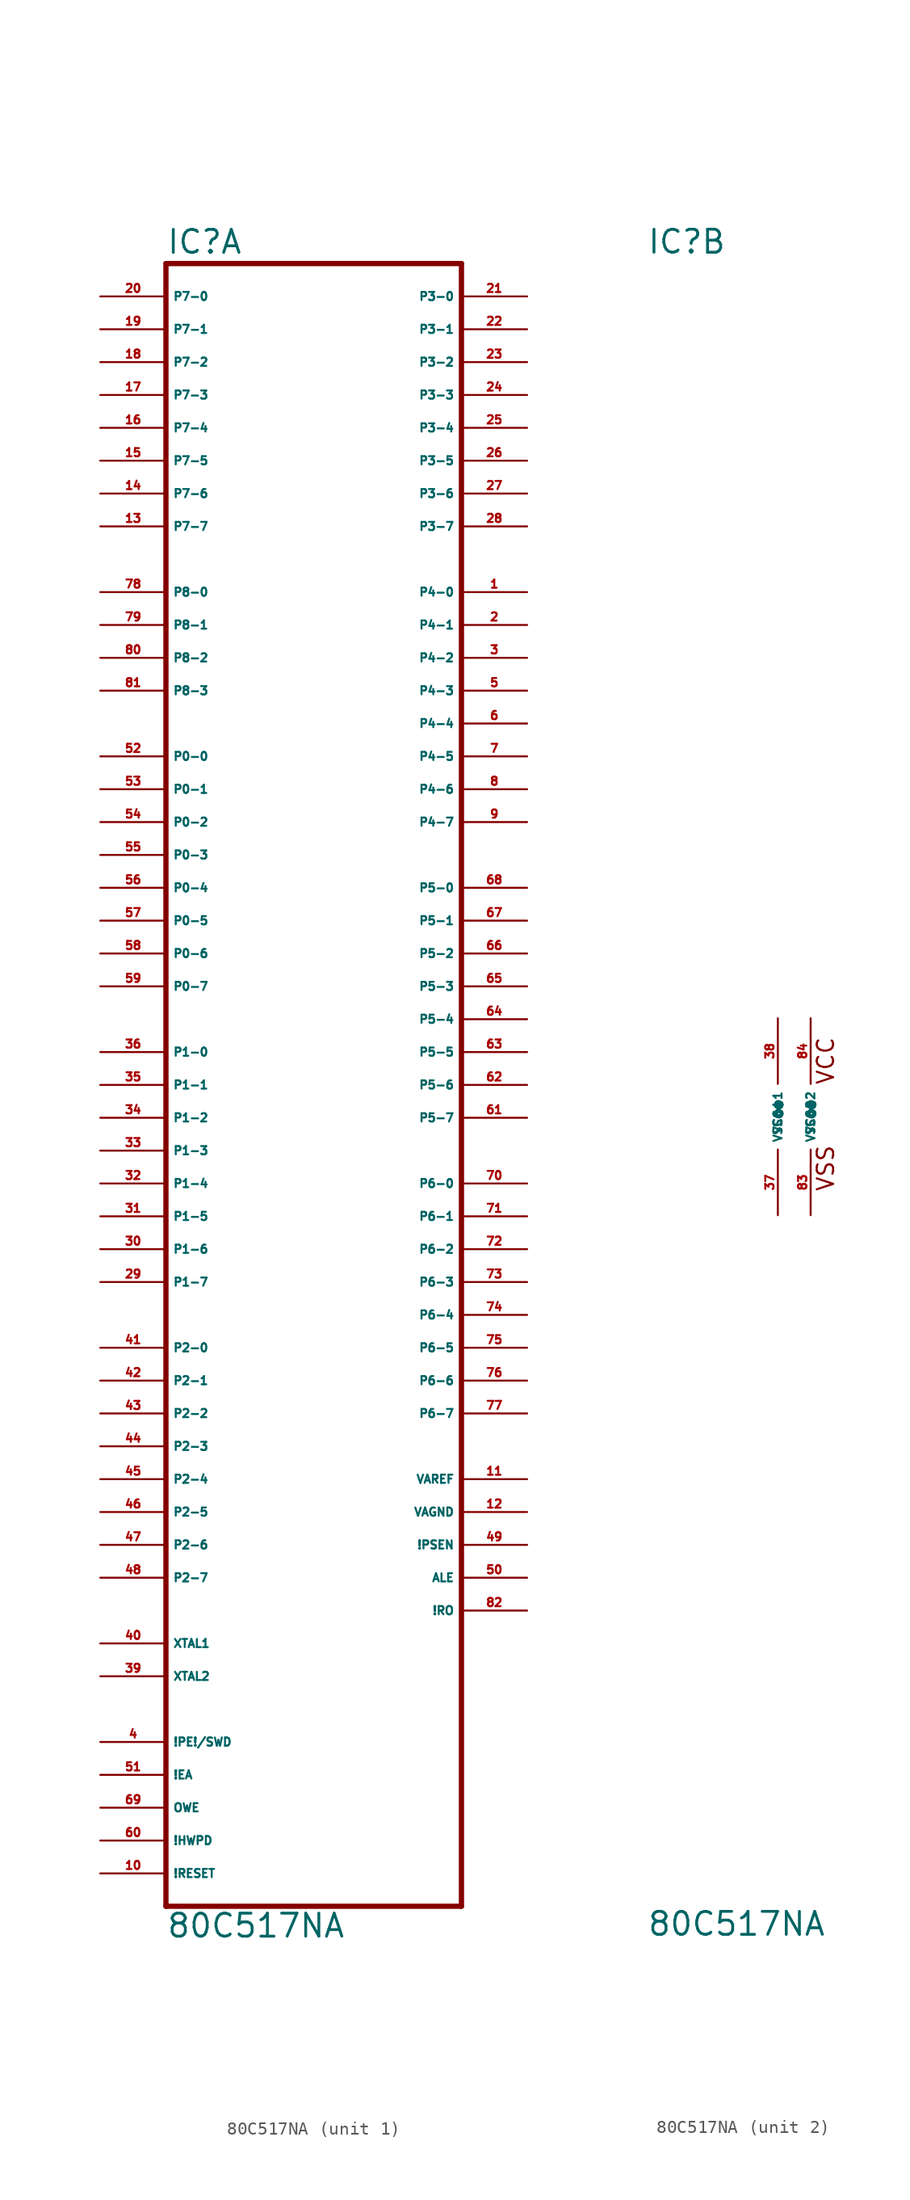
<source format=kicad_sym>
(kicad_symbol_lib
  (version 20220914)
  (generator Eagle2Kicad)
  (symbol "80C517NA"
    (property "Reference" "IC"
      (at -12.7 66.675 0)
      (effects (font (size 1.778 1.778) (thickness 0.22)) (justify left bottom)))
    (property "Value" "80C517NA"
      (at -12.7 -63.5 0)
      (effects (font (size 1.778 1.778) (thickness 0.22)) (justify left bottom)))
    (symbol "80C517NA_1_0"
      (polyline (pts (xy -12.7 -60.96) (xy 10.16 -60.96)) (stroke (width 0.406) (type default)) (fill (type none)))
      (polyline (pts (xy 10.16 -60.96) (xy 10.16 66.04)) (stroke (width 0.406) (type default)) (fill (type none)))
      (polyline (pts (xy 10.16 66.04) (xy -12.7 66.04)) (stroke (width 0.406) (type default)) (fill (type none)))
      (polyline (pts (xy -12.7 66.04) (xy -12.7 -60.96)) (stroke (width 0.406) (type default)) (fill (type none)))
      (pin input line (at -17.78 63.5 0) (length 5.08) (name "P7-0" (effects (font (size 0.635 0.635) (thickness 0.08)) (justify left bottom))) (number "20" (effects (font (size 0.635 0.635) (thickness 0.08)) (justify left bottom))))
      (pin input line (at -17.78 60.96 0) (length 5.08) (name "P7-1" (effects (font (size 0.635 0.635) (thickness 0.08)) (justify left bottom))) (number "19" (effects (font (size 0.635 0.635) (thickness 0.08)) (justify left bottom))))
      (pin input line (at -17.78 58.42 0) (length 5.08) (name "P7-2" (effects (font (size 0.635 0.635) (thickness 0.08)) (justify left bottom))) (number "18" (effects (font (size 0.635 0.635) (thickness 0.08)) (justify left bottom))))
      (pin input line (at -17.78 55.88 0) (length 5.08) (name "P7-3" (effects (font (size 0.635 0.635) (thickness 0.08)) (justify left bottom))) (number "17" (effects (font (size 0.635 0.635) (thickness 0.08)) (justify left bottom))))
      (pin input line (at -17.78 53.34 0) (length 5.08) (name "P7-4" (effects (font (size 0.635 0.635) (thickness 0.08)) (justify left bottom))) (number "16" (effects (font (size 0.635 0.635) (thickness 0.08)) (justify left bottom))))
      (pin input line (at -17.78 50.8 0) (length 5.08) (name "P7-5" (effects (font (size 0.635 0.635) (thickness 0.08)) (justify left bottom))) (number "15" (effects (font (size 0.635 0.635) (thickness 0.08)) (justify left bottom))))
      (pin input line (at -17.78 48.26 0) (length 5.08) (name "P7-6" (effects (font (size 0.635 0.635) (thickness 0.08)) (justify left bottom))) (number "14" (effects (font (size 0.635 0.635) (thickness 0.08)) (justify left bottom))))
      (pin input line (at -17.78 45.72 0) (length 5.08) (name "P7-7" (effects (font (size 0.635 0.635) (thickness 0.08)) (justify left bottom))) (number "13" (effects (font (size 0.635 0.635) (thickness 0.08)) (justify left bottom))))
      (pin bidirectional line (at -17.78 5.08 0) (length 5.08) (name "P1-0" (effects (font (size 0.635 0.635) (thickness 0.08)) (justify left bottom))) (number "36" (effects (font (size 0.635 0.635) (thickness 0.08)) (justify left bottom))))
      (pin bidirectional line (at -17.78 0 0) (length 5.08) (name "P1-2" (effects (font (size 0.635 0.635) (thickness 0.08)) (justify left bottom))) (number "34" (effects (font (size 0.635 0.635) (thickness 0.08)) (justify left bottom))))
      (pin bidirectional line (at -17.78 -2.54 0) (length 5.08) (name "P1-3" (effects (font (size 0.635 0.635) (thickness 0.08)) (justify left bottom))) (number "33" (effects (font (size 0.635 0.635) (thickness 0.08)) (justify left bottom))))
      (pin bidirectional line (at -17.78 -5.08 0) (length 5.08) (name "P1-4" (effects (font (size 0.635 0.635) (thickness 0.08)) (justify left bottom))) (number "32" (effects (font (size 0.635 0.635) (thickness 0.08)) (justify left bottom))))
      (pin bidirectional line (at -17.78 -7.62 0) (length 5.08) (name "P1-5" (effects (font (size 0.635 0.635) (thickness 0.08)) (justify left bottom))) (number "31" (effects (font (size 0.635 0.635) (thickness 0.08)) (justify left bottom))))
      (pin bidirectional line (at -17.78 -10.16 0) (length 5.08) (name "P1-6" (effects (font (size 0.635 0.635) (thickness 0.08)) (justify left bottom))) (number "30" (effects (font (size 0.635 0.635) (thickness 0.08)) (justify left bottom))))
      (pin bidirectional line (at -17.78 -12.7 0) (length 5.08) (name "P1-7" (effects (font (size 0.635 0.635) (thickness 0.08)) (justify left bottom))) (number "29" (effects (font (size 0.635 0.635) (thickness 0.08)) (justify left bottom))))
      (pin bidirectional line (at -17.78 -17.78 0) (length 5.08) (name "P2-0" (effects (font (size 0.635 0.635) (thickness 0.08)) (justify left bottom))) (number "41" (effects (font (size 0.635 0.635) (thickness 0.08)) (justify left bottom))))
      (pin bidirectional line (at -17.78 -20.32 0) (length 5.08) (name "P2-1" (effects (font (size 0.635 0.635) (thickness 0.08)) (justify left bottom))) (number "42" (effects (font (size 0.635 0.635) (thickness 0.08)) (justify left bottom))))
      (pin bidirectional line (at -17.78 -22.86 0) (length 5.08) (name "P2-2" (effects (font (size 0.635 0.635) (thickness 0.08)) (justify left bottom))) (number "43" (effects (font (size 0.635 0.635) (thickness 0.08)) (justify left bottom))))
      (pin bidirectional line (at -17.78 -25.4 0) (length 5.08) (name "P2-3" (effects (font (size 0.635 0.635) (thickness 0.08)) (justify left bottom))) (number "44" (effects (font (size 0.635 0.635) (thickness 0.08)) (justify left bottom))))
      (pin bidirectional line (at -17.78 -27.94 0) (length 5.08) (name "P2-4" (effects (font (size 0.635 0.635) (thickness 0.08)) (justify left bottom))) (number "45" (effects (font (size 0.635 0.635) (thickness 0.08)) (justify left bottom))))
      (pin bidirectional line (at -17.78 -30.48 0) (length 5.08) (name "P2-5" (effects (font (size 0.635 0.635) (thickness 0.08)) (justify left bottom))) (number "46" (effects (font (size 0.635 0.635) (thickness 0.08)) (justify left bottom))))
      (pin bidirectional line (at -17.78 -33.02 0) (length 5.08) (name "P2-6" (effects (font (size 0.635 0.635) (thickness 0.08)) (justify left bottom))) (number "47" (effects (font (size 0.635 0.635) (thickness 0.08)) (justify left bottom))))
      (pin bidirectional line (at -17.78 -35.56 0) (length 5.08) (name "P2-7" (effects (font (size 0.635 0.635) (thickness 0.08)) (justify left bottom))) (number "48" (effects (font (size 0.635 0.635) (thickness 0.08)) (justify left bottom))))
      (pin bidirectional line (at 15.24 63.5 180) (length 5.08) (name "P3-0" (effects (font (size 0.635 0.635) (thickness 0.08)) (justify left bottom))) (number "21" (effects (font (size 0.635 0.635) (thickness 0.08)) (justify left bottom))))
      (pin bidirectional line (at 15.24 60.96 180) (length 5.08) (name "P3-1" (effects (font (size 0.635 0.635) (thickness 0.08)) (justify left bottom))) (number "22" (effects (font (size 0.635 0.635) (thickness 0.08)) (justify left bottom))))
      (pin bidirectional line (at 15.24 58.42 180) (length 5.08) (name "P3-2" (effects (font (size 0.635 0.635) (thickness 0.08)) (justify left bottom))) (number "23" (effects (font (size 0.635 0.635) (thickness 0.08)) (justify left bottom))))
      (pin bidirectional line (at 15.24 55.88 180) (length 5.08) (name "P3-3" (effects (font (size 0.635 0.635) (thickness 0.08)) (justify left bottom))) (number "24" (effects (font (size 0.635 0.635) (thickness 0.08)) (justify left bottom))))
      (pin bidirectional line (at 15.24 53.34 180) (length 5.08) (name "P3-4" (effects (font (size 0.635 0.635) (thickness 0.08)) (justify left bottom))) (number "25" (effects (font (size 0.635 0.635) (thickness 0.08)) (justify left bottom))))
      (pin bidirectional line (at 15.24 50.8 180) (length 5.08) (name "P3-5" (effects (font (size 0.635 0.635) (thickness 0.08)) (justify left bottom))) (number "26" (effects (font (size 0.635 0.635) (thickness 0.08)) (justify left bottom))))
      (pin bidirectional line (at 15.24 48.26 180) (length 5.08) (name "P3-6" (effects (font (size 0.635 0.635) (thickness 0.08)) (justify left bottom))) (number "27" (effects (font (size 0.635 0.635) (thickness 0.08)) (justify left bottom))))
      (pin bidirectional line (at 15.24 45.72 180) (length 5.08) (name "P3-7" (effects (font (size 0.635 0.635) (thickness 0.08)) (justify left bottom))) (number "28" (effects (font (size 0.635 0.635) (thickness 0.08)) (justify left bottom))))
      (pin bidirectional line (at -17.78 2.54 0) (length 5.08) (name "P1-1" (effects (font (size 0.635 0.635) (thickness 0.08)) (justify left bottom))) (number "35" (effects (font (size 0.635 0.635) (thickness 0.08)) (justify left bottom))))
      (pin bidirectional line (at 15.24 40.64 180) (length 5.08) (name "P4-0" (effects (font (size 0.635 0.635) (thickness 0.08)) (justify left bottom))) (number "1" (effects (font (size 0.635 0.635) (thickness 0.08)) (justify left bottom))))
      (pin bidirectional line (at 15.24 38.1 180) (length 5.08) (name "P4-1" (effects (font (size 0.635 0.635) (thickness 0.08)) (justify left bottom))) (number "2" (effects (font (size 0.635 0.635) (thickness 0.08)) (justify left bottom))))
      (pin bidirectional line (at 15.24 35.56 180) (length 5.08) (name "P4-2" (effects (font (size 0.635 0.635) (thickness 0.08)) (justify left bottom))) (number "3" (effects (font (size 0.635 0.635) (thickness 0.08)) (justify left bottom))))
      (pin bidirectional line (at 15.24 33.02 180) (length 5.08) (name "P4-3" (effects (font (size 0.635 0.635) (thickness 0.08)) (justify left bottom))) (number "5" (effects (font (size 0.635 0.635) (thickness 0.08)) (justify left bottom))))
      (pin bidirectional line (at 15.24 30.48 180) (length 5.08) (name "P4-4" (effects (font (size 0.635 0.635) (thickness 0.08)) (justify left bottom))) (number "6" (effects (font (size 0.635 0.635) (thickness 0.08)) (justify left bottom))))
      (pin bidirectional line (at 15.24 27.94 180) (length 5.08) (name "P4-5" (effects (font (size 0.635 0.635) (thickness 0.08)) (justify left bottom))) (number "7" (effects (font (size 0.635 0.635) (thickness 0.08)) (justify left bottom))))
      (pin bidirectional line (at 15.24 25.4 180) (length 5.08) (name "P4-6" (effects (font (size 0.635 0.635) (thickness 0.08)) (justify left bottom))) (number "8" (effects (font (size 0.635 0.635) (thickness 0.08)) (justify left bottom))))
      (pin bidirectional line (at 15.24 22.86 180) (length 5.08) (name "P4-7" (effects (font (size 0.635 0.635) (thickness 0.08)) (justify left bottom))) (number "9" (effects (font (size 0.635 0.635) (thickness 0.08)) (justify left bottom))))
      (pin bidirectional line (at -17.78 27.94 0) (length 5.08) (name "P0-0" (effects (font (size 0.635 0.635) (thickness 0.08)) (justify left bottom))) (number "52" (effects (font (size 0.635 0.635) (thickness 0.08)) (justify left bottom))))
      (pin bidirectional line (at -17.78 25.4 0) (length 5.08) (name "P0-1" (effects (font (size 0.635 0.635) (thickness 0.08)) (justify left bottom))) (number "53" (effects (font (size 0.635 0.635) (thickness 0.08)) (justify left bottom))))
      (pin bidirectional line (at -17.78 22.86 0) (length 5.08) (name "P0-2" (effects (font (size 0.635 0.635) (thickness 0.08)) (justify left bottom))) (number "54" (effects (font (size 0.635 0.635) (thickness 0.08)) (justify left bottom))))
      (pin bidirectional line (at -17.78 20.32 0) (length 5.08) (name "P0-3" (effects (font (size 0.635 0.635) (thickness 0.08)) (justify left bottom))) (number "55" (effects (font (size 0.635 0.635) (thickness 0.08)) (justify left bottom))))
      (pin bidirectional line (at -17.78 17.78 0) (length 5.08) (name "P0-4" (effects (font (size 0.635 0.635) (thickness 0.08)) (justify left bottom))) (number "56" (effects (font (size 0.635 0.635) (thickness 0.08)) (justify left bottom))))
      (pin bidirectional line (at -17.78 15.24 0) (length 5.08) (name "P0-5" (effects (font (size 0.635 0.635) (thickness 0.08)) (justify left bottom))) (number "57" (effects (font (size 0.635 0.635) (thickness 0.08)) (justify left bottom))))
      (pin bidirectional line (at -17.78 12.7 0) (length 5.08) (name "P0-6" (effects (font (size 0.635 0.635) (thickness 0.08)) (justify left bottom))) (number "58" (effects (font (size 0.635 0.635) (thickness 0.08)) (justify left bottom))))
      (pin bidirectional line (at -17.78 10.16 0) (length 5.08) (name "P0-7" (effects (font (size 0.635 0.635) (thickness 0.08)) (justify left bottom))) (number "59" (effects (font (size 0.635 0.635) (thickness 0.08)) (justify left bottom))))
      (pin bidirectional line (at 15.24 17.78 180) (length 5.08) (name "P5-0" (effects (font (size 0.635 0.635) (thickness 0.08)) (justify left bottom))) (number "68" (effects (font (size 0.635 0.635) (thickness 0.08)) (justify left bottom))))
      (pin bidirectional line (at 15.24 15.24 180) (length 5.08) (name "P5-1" (effects (font (size 0.635 0.635) (thickness 0.08)) (justify left bottom))) (number "67" (effects (font (size 0.635 0.635) (thickness 0.08)) (justify left bottom))))
      (pin bidirectional line (at 15.24 12.7 180) (length 5.08) (name "P5-2" (effects (font (size 0.635 0.635) (thickness 0.08)) (justify left bottom))) (number "66" (effects (font (size 0.635 0.635) (thickness 0.08)) (justify left bottom))))
      (pin bidirectional line (at 15.24 10.16 180) (length 5.08) (name "P5-3" (effects (font (size 0.635 0.635) (thickness 0.08)) (justify left bottom))) (number "65" (effects (font (size 0.635 0.635) (thickness 0.08)) (justify left bottom))))
      (pin bidirectional line (at 15.24 7.62 180) (length 5.08) (name "P5-4" (effects (font (size 0.635 0.635) (thickness 0.08)) (justify left bottom))) (number "64" (effects (font (size 0.635 0.635) (thickness 0.08)) (justify left bottom))))
      (pin bidirectional line (at 15.24 5.08 180) (length 5.08) (name "P5-5" (effects (font (size 0.635 0.635) (thickness 0.08)) (justify left bottom))) (number "63" (effects (font (size 0.635 0.635) (thickness 0.08)) (justify left bottom))))
      (pin bidirectional line (at 15.24 2.54 180) (length 5.08) (name "P5-6" (effects (font (size 0.635 0.635) (thickness 0.08)) (justify left bottom))) (number "62" (effects (font (size 0.635 0.635) (thickness 0.08)) (justify left bottom))))
      (pin bidirectional line (at 15.24 0 180) (length 5.08) (name "P5-7" (effects (font (size 0.635 0.635) (thickness 0.08)) (justify left bottom))) (number "61" (effects (font (size 0.635 0.635) (thickness 0.08)) (justify left bottom))))
      (pin bidirectional line (at 15.24 -5.08 180) (length 5.08) (name "P6-0" (effects (font (size 0.635 0.635) (thickness 0.08)) (justify left bottom))) (number "70" (effects (font (size 0.635 0.635) (thickness 0.08)) (justify left bottom))))
      (pin bidirectional line (at 15.24 -7.62 180) (length 5.08) (name "P6-1" (effects (font (size 0.635 0.635) (thickness 0.08)) (justify left bottom))) (number "71" (effects (font (size 0.635 0.635) (thickness 0.08)) (justify left bottom))))
      (pin bidirectional line (at 15.24 -10.16 180) (length 5.08) (name "P6-2" (effects (font (size 0.635 0.635) (thickness 0.08)) (justify left bottom))) (number "72" (effects (font (size 0.635 0.635) (thickness 0.08)) (justify left bottom))))
      (pin bidirectional line (at 15.24 -12.7 180) (length 5.08) (name "P6-3" (effects (font (size 0.635 0.635) (thickness 0.08)) (justify left bottom))) (number "73" (effects (font (size 0.635 0.635) (thickness 0.08)) (justify left bottom))))
      (pin bidirectional line (at 15.24 -15.24 180) (length 5.08) (name "P6-4" (effects (font (size 0.635 0.635) (thickness 0.08)) (justify left bottom))) (number "74" (effects (font (size 0.635 0.635) (thickness 0.08)) (justify left bottom))))
      (pin bidirectional line (at 15.24 -17.78 180) (length 5.08) (name "P6-5" (effects (font (size 0.635 0.635) (thickness 0.08)) (justify left bottom))) (number "75" (effects (font (size 0.635 0.635) (thickness 0.08)) (justify left bottom))))
      (pin bidirectional line (at 15.24 -20.32 180) (length 5.08) (name "P6-6" (effects (font (size 0.635 0.635) (thickness 0.08)) (justify left bottom))) (number "76" (effects (font (size 0.635 0.635) (thickness 0.08)) (justify left bottom))))
      (pin bidirectional line (at 15.24 -22.86 180) (length 5.08) (name "P6-7" (effects (font (size 0.635 0.635) (thickness 0.08)) (justify left bottom))) (number "77" (effects (font (size 0.635 0.635) (thickness 0.08)) (justify left bottom))))
      (pin input line (at -17.78 40.64 0) (length 5.08) (name "P8-0" (effects (font (size 0.635 0.635) (thickness 0.08)) (justify left bottom))) (number "78" (effects (font (size 0.635 0.635) (thickness 0.08)) (justify left bottom))))
      (pin input line (at -17.78 38.1 0) (length 5.08) (name "P8-1" (effects (font (size 0.635 0.635) (thickness 0.08)) (justify left bottom))) (number "79" (effects (font (size 0.635 0.635) (thickness 0.08)) (justify left bottom))))
      (pin input line (at -17.78 35.56 0) (length 5.08) (name "P8-2" (effects (font (size 0.635 0.635) (thickness 0.08)) (justify left bottom))) (number "80" (effects (font (size 0.635 0.635) (thickness 0.08)) (justify left bottom))))
      (pin input line (at -17.78 33.02 0) (length 5.08) (name "P8-3" (effects (font (size 0.635 0.635) (thickness 0.08)) (justify left bottom))) (number "81" (effects (font (size 0.635 0.635) (thickness 0.08)) (justify left bottom))))
      (pin input line (at -17.78 -48.26 0) (length 5.08) (name "!PE!/SWD" (effects (font (size 0.635 0.635) (thickness 0.08)) (justify left bottom))) (number "4" (effects (font (size 0.635 0.635) (thickness 0.08)) (justify left bottom))))
      (pin input line (at -17.78 -58.42 0) (length 5.08) (name "!RESET" (effects (font (size 0.635 0.635) (thickness 0.08)) (justify left bottom))) (number "10" (effects (font (size 0.635 0.635) (thickness 0.08)) (justify left bottom))))
      (pin passive line (at 15.24 -27.94 180) (length 5.08) (name "VAREF" (effects (font (size 0.635 0.635) (thickness 0.08)) (justify left bottom))) (number "11" (effects (font (size 0.635 0.635) (thickness 0.08)) (justify left bottom))))
      (pin passive line (at 15.24 -30.48 180) (length 5.08) (name "VAGND" (effects (font (size 0.635 0.635) (thickness 0.08)) (justify left bottom))) (number "12" (effects (font (size 0.635 0.635) (thickness 0.08)) (justify left bottom))))
      (pin passive line (at -17.78 -40.64 0) (length 5.08) (name "XTAL1" (effects (font (size 0.635 0.635) (thickness 0.08)) (justify left bottom))) (number "40" (effects (font (size 0.635 0.635) (thickness 0.08)) (justify left bottom))))
      (pin passive line (at -17.78 -43.18 0) (length 5.08) (name "XTAL2" (effects (font (size 0.635 0.635) (thickness 0.08)) (justify left bottom))) (number "39" (effects (font (size 0.635 0.635) (thickness 0.08)) (justify left bottom))))
      (pin output line (at 15.24 -33.02 180) (length 5.08) (name "!PSEN" (effects (font (size 0.635 0.635) (thickness 0.08)) (justify left bottom))) (number "49" (effects (font (size 0.635 0.635) (thickness 0.08)) (justify left bottom))))
      (pin output line (at 15.24 -35.56 180) (length 5.08) (name "ALE" (effects (font (size 0.635 0.635) (thickness 0.08)) (justify left bottom))) (number "50" (effects (font (size 0.635 0.635) (thickness 0.08)) (justify left bottom))))
      (pin input line (at -17.78 -50.8 0) (length 5.08) (name "!EA" (effects (font (size 0.635 0.635) (thickness 0.08)) (justify left bottom))) (number "51" (effects (font (size 0.635 0.635) (thickness 0.08)) (justify left bottom))))
      (pin input line (at -17.78 -53.34 0) (length 5.08) (name "OWE" (effects (font (size 0.635 0.635) (thickness 0.08)) (justify left bottom))) (number "69" (effects (font (size 0.635 0.635) (thickness 0.08)) (justify left bottom))))
      (pin output line (at 15.24 -38.1 180) (length 5.08) (name "!RO" (effects (font (size 0.635 0.635) (thickness 0.08)) (justify left bottom))) (number "82" (effects (font (size 0.635 0.635) (thickness 0.08)) (justify left bottom))))
      (pin input line (at -17.78 -55.88 0) (length 5.08) (name "!HWPD" (effects (font (size 0.635 0.635) (thickness 0.08)) (justify left bottom))) (number "60" (effects (font (size 0.635 0.635) (thickness 0.08)) (justify left bottom)))))
    (symbol "80C517NA_2_0"
      (text "VSS" (at 1.905 -5.842 900) (effects (font (size 1.27 1.27) (thickness 0.16)) (justify left bottom)))
      (text "VCC" (at 1.905 2.413 900) (effects (font (size 1.27 1.27) (thickness 0.16)) (justify left bottom)))
      (pin unspecified line (at -2.54 7.62 270) (length 5.08) (name "VCC@1" (effects (font (size 0.635 0.635) (thickness 0.08)) (justify left bottom))) (number "38" (effects (font (size 0.635 0.635) (thickness 0.08)) (justify left bottom))))
      (pin unspecified line (at -2.54 -7.62 90) (length 5.08) (name "VSS@1" (effects (font (size 0.635 0.635) (thickness 0.08)) (justify left bottom))) (number "37" (effects (font (size 0.635 0.635) (thickness 0.08)) (justify left bottom))))
      (pin unspecified line (at 0 -7.62 90) (length 5.08) (name "VSS@2" (effects (font (size 0.635 0.635) (thickness 0.08)) (justify left bottom))) (number "83" (effects (font (size 0.635 0.635) (thickness 0.08)) (justify left bottom))))
      (pin unspecified line (at 0 7.62 270) (length 5.08) (name "VCC@2" (effects (font (size 0.635 0.635) (thickness 0.08)) (justify left bottom))) (number "84" (effects (font (size 0.635 0.635) (thickness 0.08)) (justify left bottom)))))))
</source>
